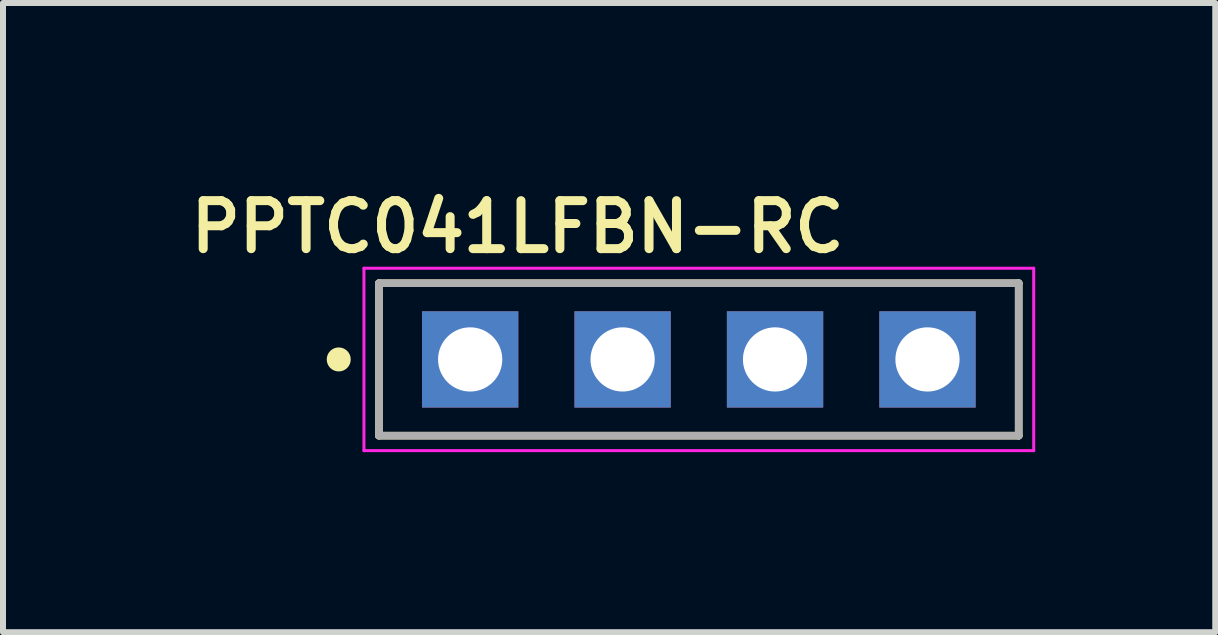
<source format=kicad_pcb>
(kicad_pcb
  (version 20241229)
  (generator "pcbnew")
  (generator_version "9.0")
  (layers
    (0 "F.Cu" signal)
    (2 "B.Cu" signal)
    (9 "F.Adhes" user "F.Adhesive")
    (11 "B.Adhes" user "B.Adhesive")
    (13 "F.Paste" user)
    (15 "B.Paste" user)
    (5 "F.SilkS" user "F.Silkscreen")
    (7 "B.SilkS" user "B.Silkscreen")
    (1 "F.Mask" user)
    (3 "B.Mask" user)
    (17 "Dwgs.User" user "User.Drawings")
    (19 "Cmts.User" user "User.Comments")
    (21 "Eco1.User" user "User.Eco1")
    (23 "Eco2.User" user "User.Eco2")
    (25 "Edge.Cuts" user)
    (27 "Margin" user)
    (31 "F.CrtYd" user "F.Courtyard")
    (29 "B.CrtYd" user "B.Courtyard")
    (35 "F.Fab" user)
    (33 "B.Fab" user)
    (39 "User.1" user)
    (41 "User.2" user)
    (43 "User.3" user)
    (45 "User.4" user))
  (footprint "PPTC041LFBN-RC"
    (layer "F.Cu")
    (at 8.594 2.939)
    (property "Reference" "PPTC041LFBN-RC" (at -3.02 -2.208 0) (layer "F.SilkS") (effects (font (size 0.8 0.8) (thickness 0.15))))
    (attr through_hole)
    (fp_line (start -5.33 -1.27) (end -5.33 1.27) (stroke (width 0.127) (type solid)) (layer "F.SilkS"))
    (fp_line (start -5.33 1.27) (end 5.33 1.27) (stroke (width 0.127) (type solid)) (layer "F.SilkS"))
    (fp_line (start 5.33 -1.27) (end -5.33 -1.27) (stroke (width 0.127) (type solid)) (layer "F.SilkS"))
    (fp_line (start 5.33 1.27) (end 5.33 -1.27) (stroke (width 0.127) (type solid)) (layer "F.SilkS"))
    (fp_circle (center -6 0) (end -5.9 0) (stroke (width 0.2) (type solid)) (fill no) (layer "F.SilkS"))
    (fp_line (start -5.58 -1.52) (end -5.58 1.52) (stroke (width 0.05) (type solid)) (layer "F.CrtYd"))
    (fp_line (start -5.58 1.52) (end 5.58 1.52) (stroke (width 0.05) (type solid)) (layer "F.CrtYd"))
    (fp_line (start 5.58 -1.52) (end -5.58 -1.52) (stroke (width 0.05) (type solid)) (layer "F.CrtYd"))
    (fp_line (start 5.58 1.52) (end 5.58 -1.52) (stroke (width 0.05) (type solid)) (layer "F.CrtYd"))
    (fp_line (start -5.33 -1.27) (end -5.33 1.27) (stroke (width 0.127) (type solid)) (layer "F.Fab"))
    (fp_line (start -5.33 1.27) (end 5.33 1.27) (stroke (width 0.127) (type solid)) (layer "F.Fab"))
    (fp_line (start 5.33 -1.27) (end -5.33 -1.27) (stroke (width 0.127) (type solid)) (layer "F.Fab"))
    (fp_line (start 5.33 1.27) (end 5.33 -1.27) (stroke (width 0.127) (type solid)) (layer "F.Fab"))
    (pad "1" thru_hole rect (at -3.81 0) (size 1.605 1.605) (drill 1.07) (layers "*.Cu" "*.Mask"))
    (pad "2" thru_hole rect (at -1.27 0) (size 1.605 1.605) (drill 1.07) (layers "*.Cu" "*.Mask"))
    (pad "3" thru_hole rect (at 1.27 0) (size 1.605 1.605) (drill 1.07) (layers "*.Cu" "*.Mask"))
    (pad "4" thru_hole rect (at 3.81 0) (size 1.605 1.605) (drill 1.07) (layers "*.Cu" "*.Mask")))
  (gr_rect
    (start -3 -3)
    (end 17.199 7.484)
    (stroke (width 0.1) (type default))
    (fill no)
    (layer "Edge.Cuts")))
</source>
